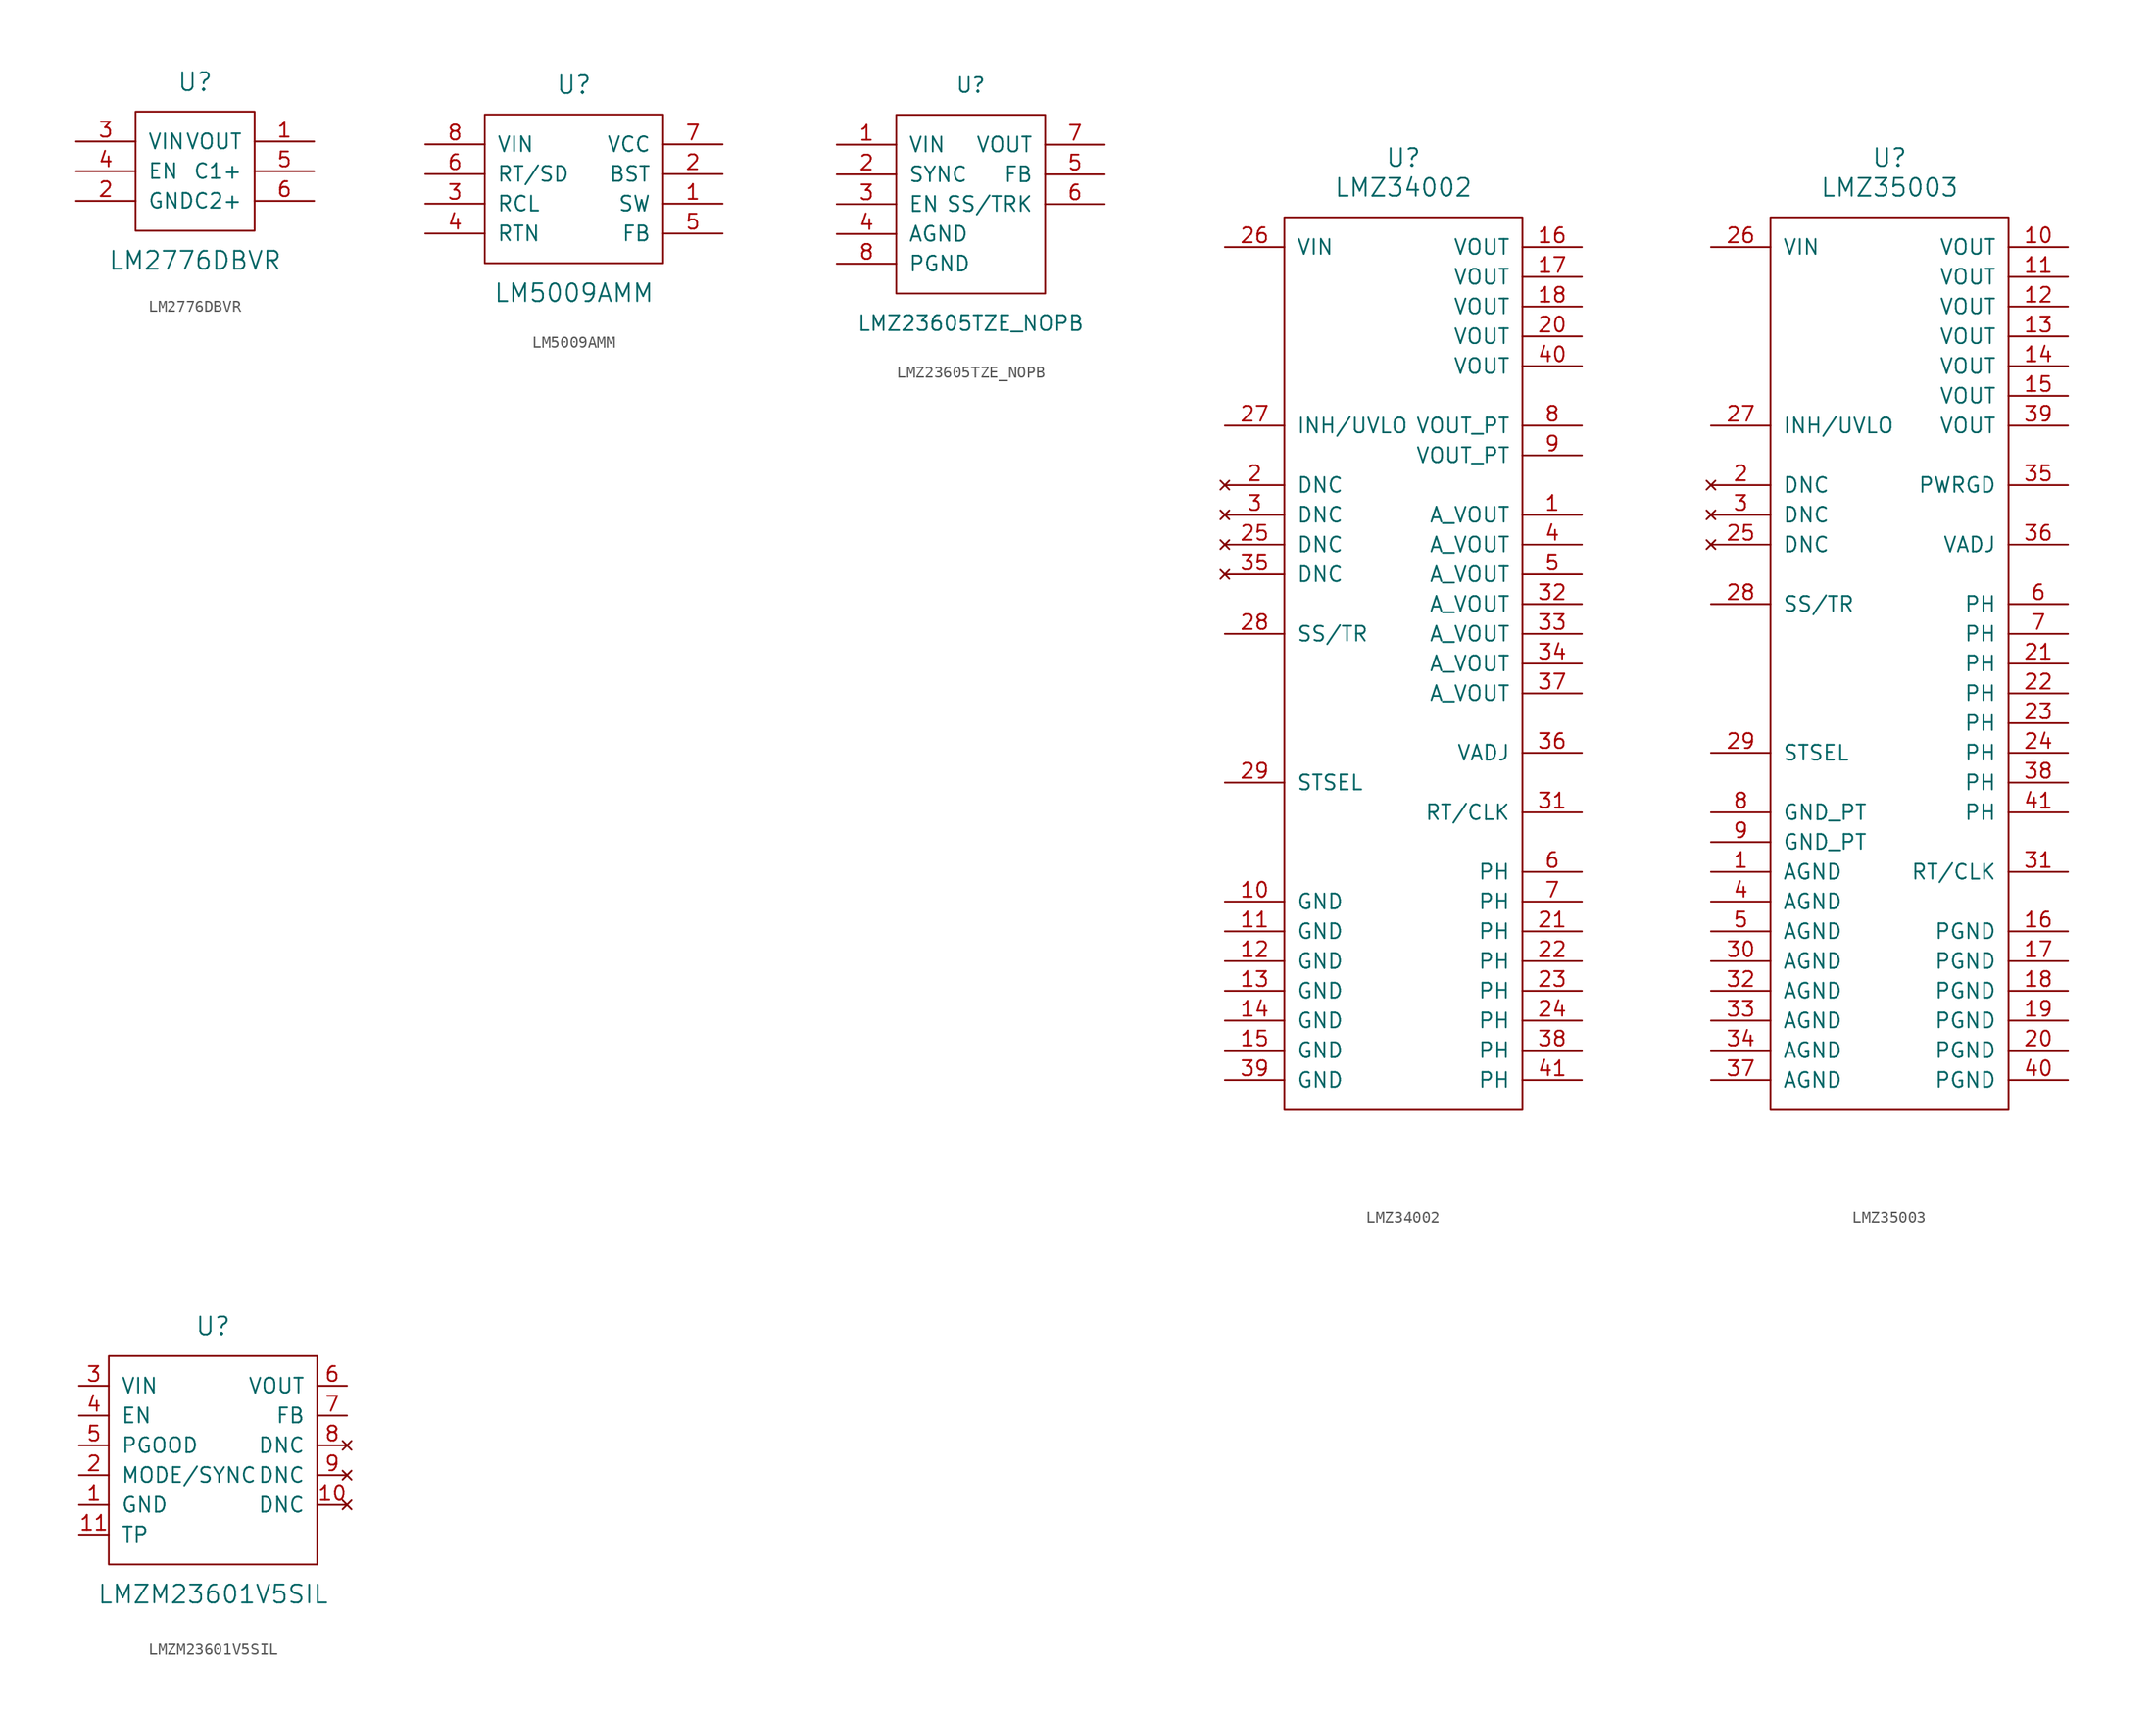
<source format=kicad_sym>
(kicad_symbol_lib
  (version 20201005)
  (generator kicad_symbol_editor)
  (symbol "LM2776DBVR"
    (pin_names
      (offset 1.016))
    (property "Reference" "U"
      (at 0 7.62 0)
      (effects (font (size 1.524 1.524))))
    (property "Value" "LM2776DBVR"
      (at 0 -7.62 0)
      (effects (font (size 1.524 1.524))))
    (symbol "LM2776DBVR_0_1"
      (rectangle (start -5.08 5.08) (end 5.08 -5.08) (stroke (width 0)) (fill (type none))))
    (symbol "LM2776DBVR_1_1"
      (pin power_out line (at 10.16 2.54 180) (length 5.08) (name "VOUT" (effects (font (size 1.27 1.27)))) (number "1" (effects (font (size 1.27 1.27)))))
      (pin power_in line (at -10.16 -2.54 0) (length 5.08) (name "GND" (effects (font (size 1.27 1.27)))) (number "2" (effects (font (size 1.27 1.27)))))
      (pin power_in line (at -10.16 2.54 0) (length 5.08) (name "VIN" (effects (font (size 1.27 1.27)))) (number "3" (effects (font (size 1.27 1.27)))))
      (pin input line (at -10.16 0 0) (length 5.08) (name "EN" (effects (font (size 1.27 1.27)))) (number "4" (effects (font (size 1.27 1.27)))))
      (pin power_in line (at 10.16 0 180) (length 5.08) (name "C1+" (effects (font (size 1.27 1.27)))) (number "5" (effects (font (size 1.27 1.27)))))
      (pin power_in line (at 10.16 -2.54 180) (length 5.08) (name "C2+" (effects (font (size 1.27 1.27)))) (number "6" (effects (font (size 1.27 1.27)))))))
  (symbol "LM5009AMM"
    (pin_names
      (offset 1.016))
    (property "Reference" "U"
      (at 0 8.89 0)
      (effects (font (size 1.524 1.524))))
    (property "Value" "LM5009AMM"
      (at 0 -8.89 0)
      (effects (font (size 1.524 1.524))))
    (symbol "LM5009AMM_0_1"
      (rectangle (start -7.62 6.35) (end 7.62 -6.35) (stroke (width 0)) (fill (type none))))
    (symbol "LM5009AMM_1_1"
      (pin output line (at 12.7 -1.27 180) (length 5.08) (name "SW" (effects (font (size 1.27 1.27)))) (number "1" (effects (font (size 1.27 1.27)))))
      (pin input line (at 12.7 1.27 180) (length 5.08) (name "BST" (effects (font (size 1.27 1.27)))) (number "2" (effects (font (size 1.27 1.27)))))
      (pin input line (at -12.7 -1.27 0) (length 5.08) (name "RCL" (effects (font (size 1.27 1.27)))) (number "3" (effects (font (size 1.27 1.27)))))
      (pin power_in line (at -12.7 -3.81 0) (length 5.08) (name "RTN" (effects (font (size 1.27 1.27)))) (number "4" (effects (font (size 1.27 1.27)))))
      (pin input line (at 12.7 -3.81 180) (length 5.08) (name "FB" (effects (font (size 1.27 1.27)))) (number "5" (effects (font (size 1.27 1.27)))))
      (pin input line (at -12.7 1.27 0) (length 5.08) (name "RT/SD" (effects (font (size 1.27 1.27)))) (number "6" (effects (font (size 1.27 1.27)))))
      (pin power_out line (at 12.7 3.81 180) (length 5.08) (name "VCC" (effects (font (size 1.27 1.27)))) (number "7" (effects (font (size 1.27 1.27)))))
      (pin power_in line (at -12.7 3.81 0) (length 5.08) (name "VIN" (effects (font (size 1.27 1.27)))) (number "8" (effects (font (size 1.27 1.27)))))))
  (symbol "LMZ23605TZE_NOPB"
    (pin_names
      (offset 1.016))
    (property "Reference" "U"
      (at 0 10.16 0)
      (effects (font (size 1.27 1.27))))
    (property "Value" "LMZ23605TZE_NOPB"
      (at 0 -10.16 0)
      (effects (font (size 1.27 1.27))))
    (symbol "LMZ23605TZE_NOPB_0_0"
      (pin power_in line (at -11.43 5.08 0) (length 5.08) (name "VIN" (effects (font (size 1.27 1.27)))) (number "1" (effects (font (size 1.27 1.27)))))
      (pin input line (at -11.43 2.54 0) (length 5.08) (name "SYNC" (effects (font (size 1.27 1.27)))) (number "2" (effects (font (size 1.27 1.27)))))
      (pin input line (at -11.43 0 0) (length 5.08) (name "EN" (effects (font (size 1.27 1.27)))) (number "3" (effects (font (size 1.27 1.27)))))
      (pin power_in line (at -11.43 -2.54 0) (length 5.08) (name "AGND" (effects (font (size 1.27 1.27)))) (number "4" (effects (font (size 1.27 1.27)))))
      (pin input line (at 11.43 2.54 180) (length 5.08) (name "FB" (effects (font (size 1.27 1.27)))) (number "5" (effects (font (size 1.27 1.27)))))
      (pin output line (at 11.43 0 180) (length 5.08) (name "SS/TRK" (effects (font (size 1.27 1.27)))) (number "6" (effects (font (size 1.27 1.27)))))
      (pin power_in line (at 11.43 5.08 180) (length 5.08) (name "VOUT" (effects (font (size 1.27 1.27)))) (number "7" (effects (font (size 1.27 1.27)))))
      (pin power_in line (at -11.43 -5.08 0) (length 5.08) (name "PGND" (effects (font (size 1.27 1.27)))) (number "8" (effects (font (size 1.27 1.27))))))
    (symbol "LMZ23605TZE_NOPB_0_1"
      (rectangle (start -6.35 7.62) (end 6.35 -7.62) (stroke (width 0)) (fill (type none)))))
  (symbol "LMZ34002"
    (pin_names
      (offset 1.016))
    (property "Reference" "U"
      (at 0 43.18 0)
      (effects (font (size 1.524 1.524))))
    (property "Value" "LMZ34002"
      (at 0 40.64 0)
      (effects (font (size 1.524 1.524))))
    (symbol "LMZ34002_0_1"
      (rectangle (start -10.16 38.1) (end 10.16 -38.1) (stroke (width 0)) (fill (type none))))
    (symbol "LMZ34002_1_1"
      (pin input line (at 15.24 12.7 180) (length 5.08) (name "A_VOUT" (effects (font (size 1.27 1.27)))) (number "1" (effects (font (size 1.27 1.27)))))
      (pin power_in line (at -15.24 -20.32 0) (length 5.08) (name "GND" (effects (font (size 1.27 1.27)))) (number "10" (effects (font (size 1.27 1.27)))))
      (pin power_in line (at -15.24 -22.86 0) (length 5.08) (name "GND" (effects (font (size 1.27 1.27)))) (number "11" (effects (font (size 1.27 1.27)))))
      (pin power_in line (at -15.24 -25.4 0) (length 5.08) (name "GND" (effects (font (size 1.27 1.27)))) (number "12" (effects (font (size 1.27 1.27)))))
      (pin power_in line (at -15.24 -27.94 0) (length 5.08) (name "GND" (effects (font (size 1.27 1.27)))) (number "13" (effects (font (size 1.27 1.27)))))
      (pin power_in line (at -15.24 -30.48 0) (length 5.08) (name "GND" (effects (font (size 1.27 1.27)))) (number "14" (effects (font (size 1.27 1.27)))))
      (pin power_in line (at -15.24 -33.02 0) (length 5.08) (name "GND" (effects (font (size 1.27 1.27)))) (number "15" (effects (font (size 1.27 1.27)))))
      (pin power_out line (at 15.24 35.56 180) (length 5.08) (name "VOUT" (effects (font (size 1.27 1.27)))) (number "16" (effects (font (size 1.27 1.27)))))
      (pin power_out line (at 15.24 33.02 180) (length 5.08) (name "VOUT" (effects (font (size 1.27 1.27)))) (number "17" (effects (font (size 1.27 1.27)))))
      (pin power_out line (at 15.24 30.48 180) (length 5.08) (name "VOUT" (effects (font (size 1.27 1.27)))) (number "18" (effects (font (size 1.27 1.27)))))
      (pin unconnected line (at -15.24 15.24 0) (length 5.08) (name "DNC" (effects (font (size 1.27 1.27)))) (number "2" (effects (font (size 1.27 1.27)))))
      (pin power_out line (at 15.24 27.94 180) (length 5.08) (name "VOUT" (effects (font (size 1.27 1.27)))) (number "20" (effects (font (size 1.27 1.27)))))
      (pin output line (at 15.24 -22.86 180) (length 5.08) (name "PH" (effects (font (size 1.27 1.27)))) (number "21" (effects (font (size 1.27 1.27)))))
      (pin output line (at 15.24 -25.4 180) (length 5.08) (name "PH" (effects (font (size 1.27 1.27)))) (number "22" (effects (font (size 1.27 1.27)))))
      (pin output line (at 15.24 -27.94 180) (length 5.08) (name "PH" (effects (font (size 1.27 1.27)))) (number "23" (effects (font (size 1.27 1.27)))))
      (pin output line (at 15.24 -30.48 180) (length 5.08) (name "PH" (effects (font (size 1.27 1.27)))) (number "24" (effects (font (size 1.27 1.27)))))
      (pin unconnected line (at -15.24 10.16 0) (length 5.08) (name "DNC" (effects (font (size 1.27 1.27)))) (number "25" (effects (font (size 1.27 1.27)))))
      (pin power_in line (at -15.24 35.56 0) (length 5.08) (name "VIN" (effects (font (size 1.27 1.27)))) (number "26" (effects (font (size 1.27 1.27)))))
      (pin open_collector line (at -15.24 20.32 0) (length 5.08) (name "INH/UVLO" (effects (font (size 1.27 1.27)))) (number "27" (effects (font (size 1.27 1.27)))))
      (pin output line (at -15.24 2.54 0) (length 5.08) (name "SS/TR" (effects (font (size 1.27 1.27)))) (number "28" (effects (font (size 1.27 1.27)))))
      (pin passive line (at -15.24 -10.16 0) (length 5.08) (name "STSEL" (effects (font (size 1.27 1.27)))) (number "29" (effects (font (size 1.27 1.27)))))
      (pin unconnected line (at -15.24 12.7 0) (length 5.08) (name "DNC" (effects (font (size 1.27 1.27)))) (number "3" (effects (font (size 1.27 1.27)))))
      (pin passive line (at 15.24 -12.7 180) (length 5.08) (name "RT/CLK" (effects (font (size 1.27 1.27)))) (number "31" (effects (font (size 1.27 1.27)))))
      (pin input line (at 15.24 5.08 180) (length 5.08) (name "A_VOUT" (effects (font (size 1.27 1.27)))) (number "32" (effects (font (size 1.27 1.27)))))
      (pin input line (at 15.24 2.54 180) (length 5.08) (name "A_VOUT" (effects (font (size 1.27 1.27)))) (number "33" (effects (font (size 1.27 1.27)))))
      (pin input line (at 15.24 0 180) (length 5.08) (name "A_VOUT" (effects (font (size 1.27 1.27)))) (number "34" (effects (font (size 1.27 1.27)))))
      (pin unconnected line (at -15.24 7.62 0) (length 5.08) (name "DNC" (effects (font (size 1.27 1.27)))) (number "35" (effects (font (size 1.27 1.27)))))
      (pin input line (at 15.24 -7.62 180) (length 5.08) (name "VADJ" (effects (font (size 1.27 1.27)))) (number "36" (effects (font (size 1.27 1.27)))))
      (pin input line (at 15.24 -2.54 180) (length 5.08) (name "A_VOUT" (effects (font (size 1.27 1.27)))) (number "37" (effects (font (size 1.27 1.27)))))
      (pin output line (at 15.24 -33.02 180) (length 5.08) (name "PH" (effects (font (size 1.27 1.27)))) (number "38" (effects (font (size 1.27 1.27)))))
      (pin power_in line (at -15.24 -35.56 0) (length 5.08) (name "GND" (effects (font (size 1.27 1.27)))) (number "39" (effects (font (size 1.27 1.27)))))
      (pin input line (at 15.24 10.16 180) (length 5.08) (name "A_VOUT" (effects (font (size 1.27 1.27)))) (number "4" (effects (font (size 1.27 1.27)))))
      (pin power_out line (at 15.24 25.4 180) (length 5.08) (name "VOUT" (effects (font (size 1.27 1.27)))) (number "40" (effects (font (size 1.27 1.27)))))
      (pin output line (at 15.24 -35.56 180) (length 5.08) (name "PH" (effects (font (size 1.27 1.27)))) (number "41" (effects (font (size 1.27 1.27)))))
      (pin input line (at 15.24 7.62 180) (length 5.08) (name "A_VOUT" (effects (font (size 1.27 1.27)))) (number "5" (effects (font (size 1.27 1.27)))))
      (pin output line (at 15.24 -17.78 180) (length 5.08) (name "PH" (effects (font (size 1.27 1.27)))) (number "6" (effects (font (size 1.27 1.27)))))
      (pin output line (at 15.24 -20.32 180) (length 5.08) (name "PH" (effects (font (size 1.27 1.27)))) (number "7" (effects (font (size 1.27 1.27)))))
      (pin power_out line (at 15.24 20.32 180) (length 5.08) (name "VOUT_PT" (effects (font (size 1.27 1.27)))) (number "8" (effects (font (size 1.27 1.27)))))
      (pin power_out line (at 15.24 17.78 180) (length 5.08) (name "VOUT_PT" (effects (font (size 1.27 1.27)))) (number "9" (effects (font (size 1.27 1.27)))))))
  (symbol "LMZ35003"
    (pin_names
      (offset 1.016))
    (property "Reference" "U"
      (at 0 43.18 0)
      (effects (font (size 1.524 1.524))))
    (property "Value" "LMZ35003"
      (at 0 40.64 0)
      (effects (font (size 1.524 1.524))))
    (symbol "LMZ35003_0_1"
      (rectangle (start -10.16 38.1) (end 10.16 -38.1) (stroke (width 0)) (fill (type none))))
    (symbol "LMZ35003_1_1"
      (pin power_in line (at -15.24 -17.78 0) (length 5.08) (name "AGND" (effects (font (size 1.27 1.27)))) (number "1" (effects (font (size 1.27 1.27)))))
      (pin power_out line (at 15.24 35.56 180) (length 5.08) (name "VOUT" (effects (font (size 1.27 1.27)))) (number "10" (effects (font (size 1.27 1.27)))))
      (pin power_out line (at 15.24 33.02 180) (length 5.08) (name "VOUT" (effects (font (size 1.27 1.27)))) (number "11" (effects (font (size 1.27 1.27)))))
      (pin power_out line (at 15.24 30.48 180) (length 5.08) (name "VOUT" (effects (font (size 1.27 1.27)))) (number "12" (effects (font (size 1.27 1.27)))))
      (pin power_out line (at 15.24 27.94 180) (length 5.08) (name "VOUT" (effects (font (size 1.27 1.27)))) (number "13" (effects (font (size 1.27 1.27)))))
      (pin power_out line (at 15.24 25.4 180) (length 5.08) (name "VOUT" (effects (font (size 1.27 1.27)))) (number "14" (effects (font (size 1.27 1.27)))))
      (pin power_out line (at 15.24 22.86 180) (length 5.08) (name "VOUT" (effects (font (size 1.27 1.27)))) (number "15" (effects (font (size 1.27 1.27)))))
      (pin power_in line (at 15.24 -22.86 180) (length 5.08) (name "PGND" (effects (font (size 1.27 1.27)))) (number "16" (effects (font (size 1.27 1.27)))))
      (pin power_in line (at 15.24 -25.4 180) (length 5.08) (name "PGND" (effects (font (size 1.27 1.27)))) (number "17" (effects (font (size 1.27 1.27)))))
      (pin power_in line (at 15.24 -27.94 180) (length 5.08) (name "PGND" (effects (font (size 1.27 1.27)))) (number "18" (effects (font (size 1.27 1.27)))))
      (pin power_in line (at 15.24 -30.48 180) (length 5.08) (name "PGND" (effects (font (size 1.27 1.27)))) (number "19" (effects (font (size 1.27 1.27)))))
      (pin unconnected line (at -15.24 15.24 0) (length 5.08) (name "DNC" (effects (font (size 1.27 1.27)))) (number "2" (effects (font (size 1.27 1.27)))))
      (pin power_in line (at 15.24 -33.02 180) (length 5.08) (name "PGND" (effects (font (size 1.27 1.27)))) (number "20" (effects (font (size 1.27 1.27)))))
      (pin output line (at 15.24 0 180) (length 5.08) (name "PH" (effects (font (size 1.27 1.27)))) (number "21" (effects (font (size 1.27 1.27)))))
      (pin output line (at 15.24 -2.54 180) (length 5.08) (name "PH" (effects (font (size 1.27 1.27)))) (number "22" (effects (font (size 1.27 1.27)))))
      (pin output line (at 15.24 -5.08 180) (length 5.08) (name "PH" (effects (font (size 1.27 1.27)))) (number "23" (effects (font (size 1.27 1.27)))))
      (pin output line (at 15.24 -7.62 180) (length 5.08) (name "PH" (effects (font (size 1.27 1.27)))) (number "24" (effects (font (size 1.27 1.27)))))
      (pin unconnected line (at -15.24 10.16 0) (length 5.08) (name "DNC" (effects (font (size 1.27 1.27)))) (number "25" (effects (font (size 1.27 1.27)))))
      (pin power_in line (at -15.24 35.56 0) (length 5.08) (name "VIN" (effects (font (size 1.27 1.27)))) (number "26" (effects (font (size 1.27 1.27)))))
      (pin open_collector line (at -15.24 20.32 0) (length 5.08) (name "INH/UVLO" (effects (font (size 1.27 1.27)))) (number "27" (effects (font (size 1.27 1.27)))))
      (pin output line (at -15.24 5.08 0) (length 5.08) (name "SS/TR" (effects (font (size 1.27 1.27)))) (number "28" (effects (font (size 1.27 1.27)))))
      (pin passive line (at -15.24 -7.62 0) (length 5.08) (name "STSEL" (effects (font (size 1.27 1.27)))) (number "29" (effects (font (size 1.27 1.27)))))
      (pin unconnected line (at -15.24 12.7 0) (length 5.08) (name "DNC" (effects (font (size 1.27 1.27)))) (number "3" (effects (font (size 1.27 1.27)))))
      (pin power_in line (at -15.24 -25.4 0) (length 5.08) (name "AGND" (effects (font (size 1.27 1.27)))) (number "30" (effects (font (size 1.27 1.27)))))
      (pin passive line (at 15.24 -17.78 180) (length 5.08) (name "RT/CLK" (effects (font (size 1.27 1.27)))) (number "31" (effects (font (size 1.27 1.27)))))
      (pin power_in line (at -15.24 -27.94 0) (length 5.08) (name "AGND" (effects (font (size 1.27 1.27)))) (number "32" (effects (font (size 1.27 1.27)))))
      (pin power_in line (at -15.24 -30.48 0) (length 5.08) (name "AGND" (effects (font (size 1.27 1.27)))) (number "33" (effects (font (size 1.27 1.27)))))
      (pin power_in line (at -15.24 -33.02 0) (length 5.08) (name "AGND" (effects (font (size 1.27 1.27)))) (number "34" (effects (font (size 1.27 1.27)))))
      (pin open_collector line (at 15.24 15.24 180) (length 5.08) (name "PWRGD" (effects (font (size 1.27 1.27)))) (number "35" (effects (font (size 1.27 1.27)))))
      (pin input line (at 15.24 10.16 180) (length 5.08) (name "VADJ" (effects (font (size 1.27 1.27)))) (number "36" (effects (font (size 1.27 1.27)))))
      (pin power_in line (at -15.24 -35.56 0) (length 5.08) (name "AGND" (effects (font (size 1.27 1.27)))) (number "37" (effects (font (size 1.27 1.27)))))
      (pin output line (at 15.24 -10.16 180) (length 5.08) (name "PH" (effects (font (size 1.27 1.27)))) (number "38" (effects (font (size 1.27 1.27)))))
      (pin power_out line (at 15.24 20.32 180) (length 5.08) (name "VOUT" (effects (font (size 1.27 1.27)))) (number "39" (effects (font (size 1.27 1.27)))))
      (pin power_in line (at -15.24 -20.32 0) (length 5.08) (name "AGND" (effects (font (size 1.27 1.27)))) (number "4" (effects (font (size 1.27 1.27)))))
      (pin power_in line (at 15.24 -35.56 180) (length 5.08) (name "PGND" (effects (font (size 1.27 1.27)))) (number "40" (effects (font (size 1.27 1.27)))))
      (pin output line (at 15.24 -12.7 180) (length 5.08) (name "PH" (effects (font (size 1.27 1.27)))) (number "41" (effects (font (size 1.27 1.27)))))
      (pin power_in line (at -15.24 -22.86 0) (length 5.08) (name "AGND" (effects (font (size 1.27 1.27)))) (number "5" (effects (font (size 1.27 1.27)))))
      (pin output line (at 15.24 5.08 180) (length 5.08) (name "PH" (effects (font (size 1.27 1.27)))) (number "6" (effects (font (size 1.27 1.27)))))
      (pin output line (at 15.24 2.54 180) (length 5.08) (name "PH" (effects (font (size 1.27 1.27)))) (number "7" (effects (font (size 1.27 1.27)))))
      (pin power_in line (at -15.24 -12.7 0) (length 5.08) (name "GND_PT" (effects (font (size 1.27 1.27)))) (number "8" (effects (font (size 1.27 1.27)))))
      (pin input line (at -15.24 -15.24 0) (length 5.08) (name "GND_PT" (effects (font (size 1.27 1.27)))) (number "9" (effects (font (size 1.27 1.27)))))))
  (symbol "LMZM23601V5SIL"
    (pin_names
      (offset 1.016))
    (property "Reference" "U"
      (at 0 10.16 0)
      (effects (font (size 1.524 1.524))))
    (property "Value" "LMZM23601V5SIL"
      (at 0 -12.7 0)
      (effects (font (size 1.524 1.524))))
    (symbol "LMZM23601V5SIL_0_1"
      (rectangle (start -8.89 7.62) (end 8.89 -10.16) (stroke (width 0)) (fill (type none))))
    (symbol "LMZM23601V5SIL_1_1"
      (pin power_in line (at -11.43 -5.08 0) (length 2.54) (name "GND" (effects (font (size 1.27 1.27)))) (number "1" (effects (font (size 1.27 1.27)))))
      (pin unconnected line (at 11.43 -5.08 180) (length 2.54) (name "DNC" (effects (font (size 1.27 1.27)))) (number "10" (effects (font (size 1.27 1.27)))))
      (pin power_in line (at -11.43 -7.62 0) (length 2.54) (name "TP" (effects (font (size 1.27 1.27)))) (number "11" (effects (font (size 1.27 1.27)))))
      (pin input line (at -11.43 -2.54 0) (length 2.54) (name "MODE/SYNC" (effects (font (size 1.27 1.27)))) (number "2" (effects (font (size 1.27 1.27)))))
      (pin power_in line (at -11.43 5.08 0) (length 2.54) (name "VIN" (effects (font (size 1.27 1.27)))) (number "3" (effects (font (size 1.27 1.27)))))
      (pin input line (at -11.43 2.54 0) (length 2.54) (name "EN" (effects (font (size 1.27 1.27)))) (number "4" (effects (font (size 1.27 1.27)))))
      (pin output line (at -11.43 0 0) (length 2.54) (name "PGOOD" (effects (font (size 1.27 1.27)))) (number "5" (effects (font (size 1.27 1.27)))))
      (pin power_out line (at 11.43 5.08 180) (length 2.54) (name "VOUT" (effects (font (size 1.27 1.27)))) (number "6" (effects (font (size 1.27 1.27)))))
      (pin input line (at 11.43 2.54 180) (length 2.54) (name "FB" (effects (font (size 1.27 1.27)))) (number "7" (effects (font (size 1.27 1.27)))))
      (pin unconnected line (at 11.43 0 180) (length 2.54) (name "DNC" (effects (font (size 1.27 1.27)))) (number "8" (effects (font (size 1.27 1.27)))))
      (pin unconnected line (at 11.43 -2.54 180) (length 2.54) (name "DNC" (effects (font (size 1.27 1.27)))) (number "9" (effects (font (size 1.27 1.27))))))))
</source>
